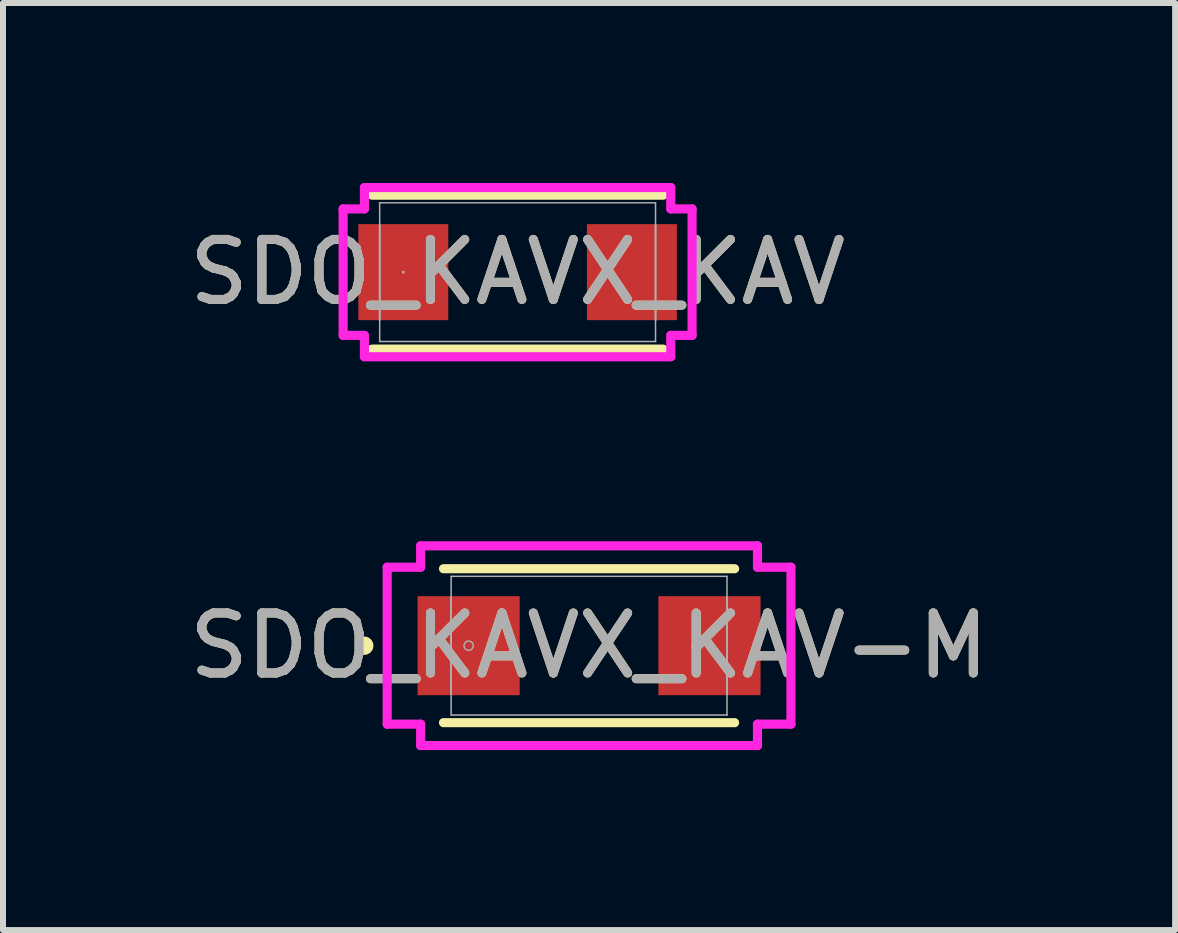
<source format=kicad_pcb>
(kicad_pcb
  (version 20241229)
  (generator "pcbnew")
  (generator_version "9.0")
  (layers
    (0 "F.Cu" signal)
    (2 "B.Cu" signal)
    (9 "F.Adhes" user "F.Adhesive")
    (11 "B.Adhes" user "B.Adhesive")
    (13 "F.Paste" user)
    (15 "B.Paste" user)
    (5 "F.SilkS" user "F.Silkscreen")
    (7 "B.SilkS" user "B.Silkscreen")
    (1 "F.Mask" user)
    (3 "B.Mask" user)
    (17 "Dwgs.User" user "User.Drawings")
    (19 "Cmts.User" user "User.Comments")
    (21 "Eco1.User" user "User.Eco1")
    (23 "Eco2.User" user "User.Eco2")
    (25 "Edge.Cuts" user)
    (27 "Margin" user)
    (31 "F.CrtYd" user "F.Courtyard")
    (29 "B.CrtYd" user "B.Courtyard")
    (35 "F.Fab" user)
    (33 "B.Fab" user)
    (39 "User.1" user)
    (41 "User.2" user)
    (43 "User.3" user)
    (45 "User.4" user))
  (footprint "SDO_KAVX_KAV"
    (layer "F.Cu")
    (at 5.577 1.486)
    (property "Reference" "SDO_KAVX_KAV" (at 0 0 0) (unlocked yes) (layer "F.SilkS") (effects (font (size 1 1) (thickness 0.15))))
    (attr smd)
    (fp_line (start -2.426 1.283) (end 2.426 1.283) (stroke (width 0.152) (type solid)) (layer "F.SilkS"))
    (fp_line (start 2.426 -1.283) (end -2.426 -1.283) (stroke (width 0.152) (type solid)) (layer "F.SilkS"))
    (fp_line (start -2.908 -1.054) (end -2.553 -1.054) (stroke (width 0.152) (type solid)) (layer "F.CrtYd"))
    (fp_line (start -2.908 1.054) (end -2.908 -1.054) (stroke (width 0.152) (type solid)) (layer "F.CrtYd"))
    (fp_line (start -2.553 -1.41) (end 2.553 -1.41) (stroke (width 0.152) (type solid)) (layer "F.CrtYd"))
    (fp_line (start -2.553 -1.054) (end -2.553 -1.41) (stroke (width 0.152) (type solid)) (layer "F.CrtYd"))
    (fp_line (start -2.553 1.054) (end -2.908 1.054) (stroke (width 0.152) (type solid)) (layer "F.CrtYd"))
    (fp_line (start -2.553 1.41) (end -2.553 1.054) (stroke (width 0.152) (type solid)) (layer "F.CrtYd"))
    (fp_line (start 2.553 -1.41) (end 2.553 -1.054) (stroke (width 0.152) (type solid)) (layer "F.CrtYd"))
    (fp_line (start 2.553 -1.054) (end 2.908 -1.054) (stroke (width 0.152) (type solid)) (layer "F.CrtYd"))
    (fp_line (start 2.553 1.054) (end 2.553 1.41) (stroke (width 0.152) (type solid)) (layer "F.CrtYd"))
    (fp_line (start 2.553 1.41) (end -2.553 1.41) (stroke (width 0.152) (type solid)) (layer "F.CrtYd"))
    (fp_line (start 2.908 -1.054) (end 2.908 1.054) (stroke (width 0.152) (type solid)) (layer "F.CrtYd"))
    (fp_line (start 2.908 1.054) (end 2.553 1.054) (stroke (width 0.152) (type solid)) (layer "F.CrtYd"))
    (fp_line (start -2.299 -1.156) (end -2.299 1.156) (stroke (width 0.025) (type solid)) (layer "F.Fab"))
    (fp_line (start -2.299 -0.8) (end -2.299 -0.8) (stroke (width 0.025) (type solid)) (layer "F.Fab"))
    (fp_line (start -2.299 -0.8) (end -2.299 0.8) (stroke (width 0.025) (type solid)) (layer "F.Fab"))
    (fp_line (start -2.299 0.8) (end -2.299 -0.8) (stroke (width 0.025) (type solid)) (layer "F.Fab"))
    (fp_line (start -2.299 0.8) (end -2.299 0.8) (stroke (width 0.025) (type solid)) (layer "F.Fab"))
    (fp_line (start -2.299 1.156) (end 2.299 1.156) (stroke (width 0.025) (type solid)) (layer "F.Fab"))
    (fp_line (start 2.299 -1.156) (end -2.299 -1.156) (stroke (width 0.025) (type solid)) (layer "F.Fab"))
    (fp_line (start 2.299 -0.8) (end 2.299 -0.8) (stroke (width 0.025) (type solid)) (layer "F.Fab"))
    (fp_line (start 2.299 -0.8) (end 2.299 0.8) (stroke (width 0.025) (type solid)) (layer "F.Fab"))
    (fp_line (start 2.299 0.8) (end 2.299 -0.8) (stroke (width 0.025) (type solid)) (layer "F.Fab"))
    (fp_line (start 2.299 0.8) (end 2.299 0.8) (stroke (width 0.025) (type solid)) (layer "F.Fab"))
    (fp_line (start 2.299 1.156) (end 2.299 -1.156) (stroke (width 0.025) (type solid)) (layer "F.Fab"))
    (fp_circle (center -1.905 0) (end -1.905 0) (stroke (width 0.025) (type solid)) (fill no) (layer "F.Fab"))
    (fp_text user "${REFERENCE}" (at 0 0 0) (unlocked yes) (layer "F.Fab") (effects (font (size 1 1) (thickness 0.15))))
    (pad "1" smd rect (at -1.905 0) (size 1.499 1.6) (layers "F.Cu" "F.Mask" "F.Paste"))
    (pad "2" smd rect (at 1.905 0) (size 1.499 1.6) (layers "F.Cu" "F.Mask" "F.Paste"))
    (zone (net_name "") (layer "F.Cu") (hatch full 0.508) (connect_pads) (min_thickness 0.254) (filled_areas_thickness no) (keepout (tracks not_allowed) (vias not_allowed) (pads allowed) (copperpour not_allowed) (footprints allowed)) (placement (enabled no)) (fill) (polygon (pts (xy 4.472 0.381) (xy 6.682 0.381) (xy 6.682 2.591) (xy 4.472 2.591)))))
  (footprint "SDO_KAVX_KAV-M"
    (layer "F.Cu")
    (at 6.768 7.712)
    (property "Reference" "SDO_KAVX_KAV-M" (at 0 0 0) (unlocked yes) (layer "F.SilkS") (effects (font (size 1 1) (thickness 0.15))))
    (attr smd)
    (fp_line (start -2.426 1.283) (end 2.426 1.283) (stroke (width 0.152) (type solid)) (layer "F.SilkS"))
    (fp_line (start 2.426 -1.283) (end -2.426 -1.283) (stroke (width 0.152) (type solid)) (layer "F.SilkS"))
    (fp_circle (center -3.747 0) (end -3.67 0) (stroke (width 0.152) (type solid)) (fill no) (layer "F.SilkS"))
    (fp_line (start -3.365 -1.308) (end -2.807 -1.308) (stroke (width 0.152) (type solid)) (layer "F.CrtYd"))
    (fp_line (start -3.365 1.308) (end -3.365 -1.308) (stroke (width 0.152) (type solid)) (layer "F.CrtYd"))
    (fp_line (start -2.807 -1.664) (end 2.807 -1.664) (stroke (width 0.152) (type solid)) (layer "F.CrtYd"))
    (fp_line (start -2.807 -1.308) (end -2.807 -1.664) (stroke (width 0.152) (type solid)) (layer "F.CrtYd"))
    (fp_line (start -2.807 1.308) (end -3.365 1.308) (stroke (width 0.152) (type solid)) (layer "F.CrtYd"))
    (fp_line (start -2.807 1.664) (end -2.807 1.308) (stroke (width 0.152) (type solid)) (layer "F.CrtYd"))
    (fp_line (start 2.807 -1.664) (end 2.807 -1.308) (stroke (width 0.152) (type solid)) (layer "F.CrtYd"))
    (fp_line (start 2.807 -1.308) (end 3.365 -1.308) (stroke (width 0.152) (type solid)) (layer "F.CrtYd"))
    (fp_line (start 2.807 1.308) (end 2.807 1.664) (stroke (width 0.152) (type solid)) (layer "F.CrtYd"))
    (fp_line (start 2.807 1.664) (end -2.807 1.664) (stroke (width 0.152) (type solid)) (layer "F.CrtYd"))
    (fp_line (start 3.365 -1.308) (end 3.365 1.308) (stroke (width 0.152) (type solid)) (layer "F.CrtYd"))
    (fp_line (start 3.365 1.308) (end 2.807 1.308) (stroke (width 0.152) (type solid)) (layer "F.CrtYd"))
    (fp_line (start -2.299 -1.156) (end -2.299 1.156) (stroke (width 0.025) (type solid)) (layer "F.Fab"))
    (fp_line (start -2.299 -0.8) (end -2.299 -0.8) (stroke (width 0.025) (type solid)) (layer "F.Fab"))
    (fp_line (start -2.299 -0.8) (end -2.299 0.8) (stroke (width 0.025) (type solid)) (layer "F.Fab"))
    (fp_line (start -2.299 0.8) (end -2.299 -0.8) (stroke (width 0.025) (type solid)) (layer "F.Fab"))
    (fp_line (start -2.299 0.8) (end -2.299 0.8) (stroke (width 0.025) (type solid)) (layer "F.Fab"))
    (fp_line (start -2.299 1.156) (end 2.299 1.156) (stroke (width 0.025) (type solid)) (layer "F.Fab"))
    (fp_line (start 2.299 -1.156) (end -2.299 -1.156) (stroke (width 0.025) (type solid)) (layer "F.Fab"))
    (fp_line (start 2.299 -0.8) (end 2.299 -0.8) (stroke (width 0.025) (type solid)) (layer "F.Fab"))
    (fp_line (start 2.299 -0.8) (end 2.299 0.8) (stroke (width 0.025) (type solid)) (layer "F.Fab"))
    (fp_line (start 2.299 0.8) (end 2.299 -0.8) (stroke (width 0.025) (type solid)) (layer "F.Fab"))
    (fp_line (start 2.299 0.8) (end 2.299 0.8) (stroke (width 0.025) (type solid)) (layer "F.Fab"))
    (fp_line (start 2.299 1.156) (end 2.299 -1.156) (stroke (width 0.025) (type solid)) (layer "F.Fab"))
    (fp_circle (center -2.007 0) (end -1.93 0) (stroke (width 0.025) (type solid)) (fill no) (layer "F.Fab"))
    (fp_text user "${REFERENCE}" (at 0 0 0) (unlocked yes) (layer "F.Fab") (effects (font (size 1 1) (thickness 0.15))))
    (pad "1" smd rect (at -2.007 0) (size 1.702 1.651) (layers "F.Cu" "F.Mask" "F.Paste"))
    (pad "2" smd rect (at 2.007 0) (size 1.702 1.651) (layers "F.Cu" "F.Mask" "F.Paste"))
    (zone (net_name "") (layer "F.Cu") (hatch full 0.508) (connect_pads) (min_thickness 0.254) (filled_areas_thickness no) (keepout (tracks not_allowed) (vias not_allowed) (pads allowed) (copperpour not_allowed) (footprints allowed)) (placement (enabled no)) (fill) (polygon (pts (xy 5.663 6.607) (xy 7.873 6.607) (xy 7.873 8.817) (xy 5.663 8.817)))))
  (gr_rect
    (start -3 -3)
    (end 16.536 12.452)
    (stroke (width 0.1) (type default))
    (fill no)
    (layer "Edge.Cuts")))
</source>
